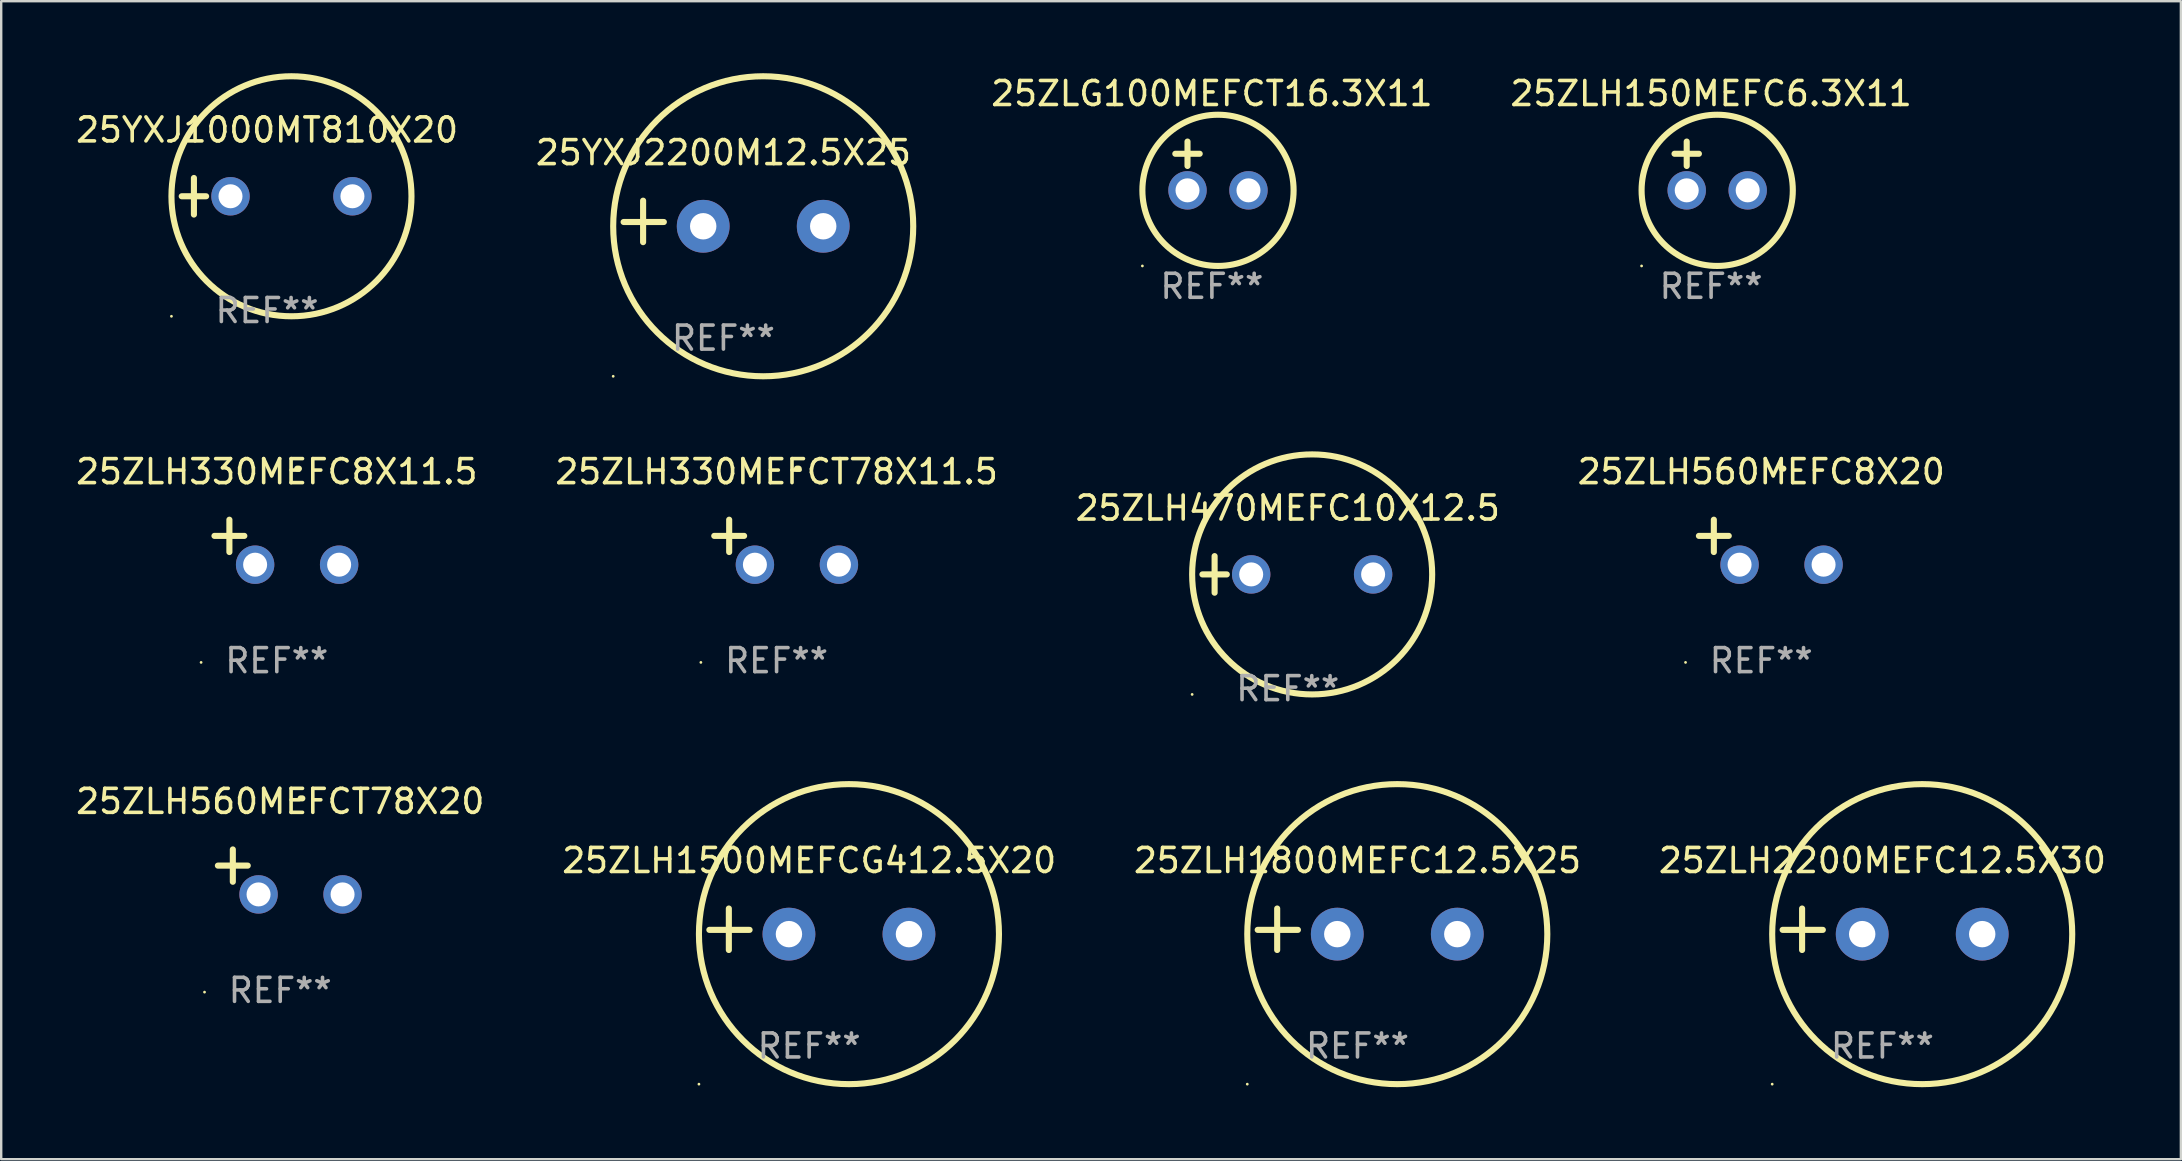
<source format=kicad_pcb>
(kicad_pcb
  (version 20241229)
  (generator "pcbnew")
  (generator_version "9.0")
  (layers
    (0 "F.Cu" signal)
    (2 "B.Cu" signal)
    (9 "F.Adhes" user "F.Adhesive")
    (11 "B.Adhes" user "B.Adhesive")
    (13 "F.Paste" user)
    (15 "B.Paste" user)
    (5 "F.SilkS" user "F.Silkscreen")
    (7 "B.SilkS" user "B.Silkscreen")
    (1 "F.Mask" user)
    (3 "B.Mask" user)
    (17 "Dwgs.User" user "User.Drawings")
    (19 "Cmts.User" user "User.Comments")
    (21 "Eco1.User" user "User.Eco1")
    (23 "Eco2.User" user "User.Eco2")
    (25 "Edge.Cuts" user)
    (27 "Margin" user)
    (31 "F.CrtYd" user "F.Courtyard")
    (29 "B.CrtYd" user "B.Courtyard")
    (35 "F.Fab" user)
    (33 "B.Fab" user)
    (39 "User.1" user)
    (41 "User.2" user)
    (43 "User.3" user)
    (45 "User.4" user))
  (footprint "25ZLH1500MEFCG412.5X20"
    (layer "F.Cu")
    (at 30.661 35.665)
    (property "Reference" "25ZLH1500MEFCG412.5X20" (at 0 -2.864 0) (layer "F.SilkS") (effects (font (size 1 1) (thickness 0.15))))
    (attr through_hole)
    (fp_line (start -3.346 0.864) (end -3.346 -0.864) (stroke (width 0.254) (type solid)) (layer "F.SilkS"))
    (fp_line (start -2.482 0.025) (end -4.158 0.025) (stroke (width 0.254) (type solid)) (layer "F.SilkS"))
    (fp_circle (center -4.592 6.453) (end -4.562 6.453) (stroke (width 0.06) (type solid)) (fill no) (layer "F.SilkS"))
    (fp_circle (center 1.658 0.203) (end 7.908 0.203) (stroke (width 0.254) (type solid)) (fill no) (layer "F.SilkS"))
    (fp_text user "REF**" (at 0 4.864 0) (layer "F.Fab") (effects (font (size 1 1) (thickness 0.15))))
    (pad "1" thru_hole circle (at -0.842 0.203) (size 2.2 2.2) (drill 1.1) (layers "*.Cu" "*.Mask"))
    (pad "2" thru_hole circle (at 4.158 0.203) (size 2.2 2.2) (drill 1.1) (layers "*.Cu" "*.Mask")))
  (footprint "25ZLH150MEFC6.3X11"
    (layer "F.Cu")
    (at 68.238 3.864)
    (property "Reference" "25ZLH150MEFC6.3X11" (at 0 -3.016 0) (layer "F.SilkS") (effects (font (size 1 1) (thickness 0.15))))
    (attr through_hole)
    (fp_line (start -1.524 -0.508) (end -0.508 -0.508) (stroke (width 0.254) (type solid)) (layer "F.SilkS"))
    (fp_line (start -1.016 -1.016) (end -1.016 0) (stroke (width 0.254) (type solid)) (layer "F.SilkS"))
    (fp_circle (center -2.896 4.166) (end -2.866 4.166) (stroke (width 0.06) (type solid)) (fill no) (layer "F.SilkS"))
    (fp_circle (center 0.254 1.016) (end 3.404 1.016) (stroke (width 0.254) (type solid)) (fill no) (layer "F.SilkS"))
    (fp_text user "REF**" (at 0 5.016 0) (layer "F.Fab") (effects (font (size 1 1) (thickness 0.15))))
    (pad "1" thru_hole circle (at -1.016 1.016) (size 1.6 1.6) (drill 1) (layers "*.Cu" "*.Mask"))
    (pad "2" thru_hole circle (at 1.524 1.016) (size 1.6 1.6) (drill 1) (layers "*.Cu" "*.Mask")))
  (footprint "25ZLH470MEFC10X12.5"
    (layer "F.Cu")
    (at 50.601 20.881)
    (property "Reference" "25ZLH470MEFC10X12.5" (at 0 -2.762 0) (layer "F.SilkS") (effects (font (size 1 1) (thickness 0.15))))
    (attr through_hole)
    (fp_line (start -3.556 0) (end -2.54 0) (stroke (width 0.254) (type solid)) (layer "F.SilkS"))
    (fp_line (start -3.048 -0.762) (end -3.048 0.762) (stroke (width 0.254) (type solid)) (layer "F.SilkS"))
    (fp_circle (center -3.984 5) (end -3.954 5) (stroke (width 0.06) (type solid)) (fill no) (layer "F.SilkS"))
    (fp_circle (center 1.016 0) (end 6.016 0) (stroke (width 0.254) (type solid)) (fill no) (layer "F.SilkS"))
    (fp_text user "REF**" (at 0 4.762 0) (layer "F.Fab") (effects (font (size 1 1) (thickness 0.15))))
    (pad "1" thru_hole circle (at -1.524 0) (size 1.6 1.6) (drill 1) (layers "*.Cu" "*.Mask"))
    (pad "2" thru_hole circle (at 3.556 0) (size 1.6 1.6) (drill 1) (layers "*.Cu" "*.Mask")))
  (footprint "25ZLH330MEFC8X11.5"
    (layer "F.Cu")
    (at 8.482 19.539)
    (property "Reference" "25ZLH330MEFC8X11.5" (at 0 -2.937 0) (layer "F.SilkS") (effects (font (size 1 1) (thickness 0.15))))
    (attr through_hole)
    (fp_line (start -1.975 0.41) (end -1.975 -0.937) (stroke (width 0.254) (type solid)) (layer "F.SilkS"))
    (fp_line (start -1.353 -0.263) (end -2.597 -0.263) (stroke (width 0.254) (type solid)) (layer "F.SilkS"))
    (fp_arc (start 0.849809 -3.063957) (mid 0.885369 -3.064114) (end 0.920929 -3.063957) (stroke (width 0.254001) (type solid)) (layer "F.SilkS"))
    (fp_circle (center -3.154 5.008) (end -3.124 5.008) (stroke (width 0.06) (type solid)) (fill no) (layer "F.SilkS"))
    (fp_text user "REF**" (at 0 4.937 0) (layer "F.Fab") (effects (font (size 1 1) (thickness 0.15))))
    (pad "1" thru_hole circle (at -0.903 0.937) (size 1.6 1.6) (drill 1) (layers "*.Cu" "*.Mask"))
    (pad "2" thru_hole circle (at 2.597 0.937) (size 1.6 1.6) (drill 1) (layers "*.Cu" "*.Mask")))
  (footprint "25ZLG100MEFCT16.3X11"
    (layer "F.Cu")
    (at 47.44 3.864)
    (property "Reference" "25ZLG100MEFCT16.3X11" (at 0 -3.016 0) (layer "F.SilkS") (effects (font (size 1 1) (thickness 0.15))))
    (attr through_hole)
    (fp_line (start -1.524 -0.508) (end -0.508 -0.508) (stroke (width 0.254) (type solid)) (layer "F.SilkS"))
    (fp_line (start -1.016 -1.016) (end -1.016 0) (stroke (width 0.254) (type solid)) (layer "F.SilkS"))
    (fp_circle (center -2.896 4.166) (end -2.866 4.166) (stroke (width 0.06) (type solid)) (fill no) (layer "F.SilkS"))
    (fp_circle (center 0.254 1.016) (end 3.404 1.016) (stroke (width 0.254) (type solid)) (fill no) (layer "F.SilkS"))
    (fp_text user "REF**" (at 0 5.016 0) (layer "F.Fab") (effects (font (size 1 1) (thickness 0.15))))
    (pad "1" thru_hole circle (at -1.016 1.016) (size 1.6 1.6) (drill 1) (layers "*.Cu" "*.Mask"))
    (pad "2" thru_hole circle (at 1.524 1.016) (size 1.6 1.6) (drill 1) (layers "*.Cu" "*.Mask")))
  (footprint "25ZLH560MEFCT78X20"
    (layer "F.Cu")
    (at 8.625 33.276)
    (property "Reference" "25ZLH560MEFCT78X20" (at 0 -2.937 0) (layer "F.SilkS") (effects (font (size 1 1) (thickness 0.15))))
    (attr through_hole)
    (fp_line (start -1.975 0.41) (end -1.975 -0.937) (stroke (width 0.254) (type solid)) (layer "F.SilkS"))
    (fp_line (start -1.353 -0.263) (end -2.597 -0.263) (stroke (width 0.254) (type solid)) (layer "F.SilkS"))
    (fp_arc (start 0.849809 -3.063957) (mid 0.885369 -3.064114) (end 0.920929 -3.063957) (stroke (width 0.254001) (type solid)) (layer "F.SilkS"))
    (fp_circle (center -3.154 5.008) (end -3.124 5.008) (stroke (width 0.06) (type solid)) (fill no) (layer "F.SilkS"))
    (fp_text user "REF**" (at 0 4.937 0) (layer "F.Fab") (effects (font (size 1 1) (thickness 0.15))))
    (pad "1" thru_hole circle (at -0.903 0.937) (size 1.6 1.6) (drill 1) (layers "*.Cu" "*.Mask"))
    (pad "2" thru_hole circle (at 2.597 0.937) (size 1.6 1.6) (drill 1) (layers "*.Cu" "*.Mask")))
  (footprint "25ZLH330MEFCT78X11.5"
    (layer "F.Cu")
    (at 29.304 19.539)
    (property "Reference" "25ZLH330MEFCT78X11.5" (at 0 -2.937 0) (layer "F.SilkS") (effects (font (size 1 1) (thickness 0.15))))
    (attr through_hole)
    (fp_line (start -1.975 0.41) (end -1.975 -0.937) (stroke (width 0.254) (type solid)) (layer "F.SilkS"))
    (fp_line (start -1.353 -0.263) (end -2.597 -0.263) (stroke (width 0.254) (type solid)) (layer "F.SilkS"))
    (fp_arc (start 0.849809 -3.063957) (mid 0.885369 -3.064114) (end 0.920929 -3.063957) (stroke (width 0.254001) (type solid)) (layer "F.SilkS"))
    (fp_circle (center -3.154 5.008) (end -3.124 5.008) (stroke (width 0.06) (type solid)) (fill no) (layer "F.SilkS"))
    (fp_text user "REF**" (at 0 4.937 0) (layer "F.Fab") (effects (font (size 1 1) (thickness 0.15))))
    (pad "1" thru_hole circle (at -0.903 0.937) (size 1.6 1.6) (drill 1) (layers "*.Cu" "*.Mask"))
    (pad "2" thru_hole circle (at 2.597 0.937) (size 1.6 1.6) (drill 1) (layers "*.Cu" "*.Mask")))
  (footprint "25YXJ1000MT810X20"
    (layer "F.Cu")
    (at 8.077 5.127)
    (property "Reference" "25YXJ1000MT810X20" (at 0 -2.762 0) (layer "F.SilkS") (effects (font (size 1 1) (thickness 0.15))))
    (attr through_hole)
    (fp_line (start -3.556 0) (end -2.54 0) (stroke (width 0.254) (type solid)) (layer "F.SilkS"))
    (fp_line (start -3.048 -0.762) (end -3.048 0.762) (stroke (width 0.254) (type solid)) (layer "F.SilkS"))
    (fp_circle (center -3.984 5) (end -3.954 5) (stroke (width 0.06) (type solid)) (fill no) (layer "F.SilkS"))
    (fp_circle (center 1.016 0) (end 6.016 0) (stroke (width 0.254) (type solid)) (fill no) (layer "F.SilkS"))
    (fp_text user "REF**" (at 0 4.762 0) (layer "F.Fab") (effects (font (size 1 1) (thickness 0.15))))
    (pad "1" thru_hole circle (at -1.524 0) (size 1.6 1.6) (drill 1) (layers "*.Cu" "*.Mask"))
    (pad "2" thru_hole circle (at 3.556 0) (size 1.6 1.6) (drill 1) (layers "*.Cu" "*.Mask")))
  (footprint "25ZLH2200MEFC12.5X30"
    (layer "F.Cu")
    (at 75.375 35.665)
    (property "Reference" "25ZLH2200MEFC12.5X30" (at 0 -2.864 0) (layer "F.SilkS") (effects (font (size 1 1) (thickness 0.15))))
    (attr through_hole)
    (fp_line (start -3.346 0.864) (end -3.346 -0.864) (stroke (width 0.254) (type solid)) (layer "F.SilkS"))
    (fp_line (start -2.482 0.025) (end -4.158 0.025) (stroke (width 0.254) (type solid)) (layer "F.SilkS"))
    (fp_circle (center -4.592 6.453) (end -4.562 6.453) (stroke (width 0.06) (type solid)) (fill no) (layer "F.SilkS"))
    (fp_circle (center 1.658 0.203) (end 7.908 0.203) (stroke (width 0.254) (type solid)) (fill no) (layer "F.SilkS"))
    (fp_text user "REF**" (at 0 4.864 0) (layer "F.Fab") (effects (font (size 1 1) (thickness 0.15))))
    (pad "1" thru_hole circle (at -0.842 0.203) (size 2.2 2.2) (drill 1.1) (layers "*.Cu" "*.Mask"))
    (pad "2" thru_hole circle (at 4.158 0.203) (size 2.2 2.2) (drill 1.1) (layers "*.Cu" "*.Mask")))
  (footprint "25YXJ2200M12.5X25"
    (layer "F.Cu")
    (at 27.089 6.174)
    (property "Reference" "25YXJ2200M12.5X25" (at 0 -2.864 0) (layer "F.SilkS") (effects (font (size 1 1) (thickness 0.15))))
    (attr through_hole)
    (fp_line (start -3.346 0.864) (end -3.346 -0.864) (stroke (width 0.254) (type solid)) (layer "F.SilkS"))
    (fp_line (start -2.482 0.025) (end -4.158 0.025) (stroke (width 0.254) (type solid)) (layer "F.SilkS"))
    (fp_circle (center -4.592 6.453) (end -4.562 6.453) (stroke (width 0.06) (type solid)) (fill no) (layer "F.SilkS"))
    (fp_circle (center 1.658 0.203) (end 7.908 0.203) (stroke (width 0.254) (type solid)) (fill no) (layer "F.SilkS"))
    (fp_text user "REF**" (at 0 4.864 0) (layer "F.Fab") (effects (font (size 1 1) (thickness 0.15))))
    (pad "1" thru_hole circle (at -0.842 0.203) (size 2.2 2.2) (drill 1.1) (layers "*.Cu" "*.Mask"))
    (pad "2" thru_hole circle (at 4.158 0.203) (size 2.2 2.2) (drill 1.1) (layers "*.Cu" "*.Mask")))
  (footprint "25ZLH560MEFC8X20"
    (layer "F.Cu")
    (at 70.327 19.539)
    (property "Reference" "25ZLH560MEFC8X20" (at 0 -2.937 0) (layer "F.SilkS") (effects (font (size 1 1) (thickness 0.15))))
    (attr through_hole)
    (fp_line (start -1.975 0.41) (end -1.975 -0.937) (stroke (width 0.254) (type solid)) (layer "F.SilkS"))
    (fp_line (start -1.353 -0.263) (end -2.597 -0.263) (stroke (width 0.254) (type solid)) (layer "F.SilkS"))
    (fp_arc (start 0.849809 -3.063957) (mid 0.885369 -3.064114) (end 0.920929 -3.063957) (stroke (width 0.254001) (type solid)) (layer "F.SilkS"))
    (fp_circle (center -3.154 5.008) (end -3.124 5.008) (stroke (width 0.06) (type solid)) (fill no) (layer "F.SilkS"))
    (fp_text user "REF**" (at 0 4.937 0) (layer "F.Fab") (effects (font (size 1 1) (thickness 0.15))))
    (pad "1" thru_hole circle (at -0.903 0.937) (size 1.6 1.6) (drill 1) (layers "*.Cu" "*.Mask"))
    (pad "2" thru_hole circle (at 2.597 0.937) (size 1.6 1.6) (drill 1) (layers "*.Cu" "*.Mask")))
  (footprint "25ZLH1800MEFC12.5X25"
    (layer "F.Cu")
    (at 53.506 35.665)
    (property "Reference" "25ZLH1800MEFC12.5X25" (at 0 -2.864 0) (layer "F.SilkS") (effects (font (size 1 1) (thickness 0.15))))
    (attr through_hole)
    (fp_line (start -3.346 0.864) (end -3.346 -0.864) (stroke (width 0.254) (type solid)) (layer "F.SilkS"))
    (fp_line (start -2.482 0.025) (end -4.158 0.025) (stroke (width 0.254) (type solid)) (layer "F.SilkS"))
    (fp_circle (center -4.592 6.453) (end -4.562 6.453) (stroke (width 0.06) (type solid)) (fill no) (layer "F.SilkS"))
    (fp_circle (center 1.658 0.203) (end 7.908 0.203) (stroke (width 0.254) (type solid)) (fill no) (layer "F.SilkS"))
    (fp_text user "REF**" (at 0 4.864 0) (layer "F.Fab") (effects (font (size 1 1) (thickness 0.15))))
    (pad "1" thru_hole circle (at -0.842 0.203) (size 2.2 2.2) (drill 1.1) (layers "*.Cu" "*.Mask"))
    (pad "2" thru_hole circle (at 4.158 0.203) (size 2.2 2.2) (drill 1.1) (layers "*.Cu" "*.Mask")))
  (gr_rect
    (start -3 -3)
    (end 87.81 45.245)
    (stroke (width 0.1) (type default))
    (fill no)
    (layer "Edge.Cuts")))
</source>
